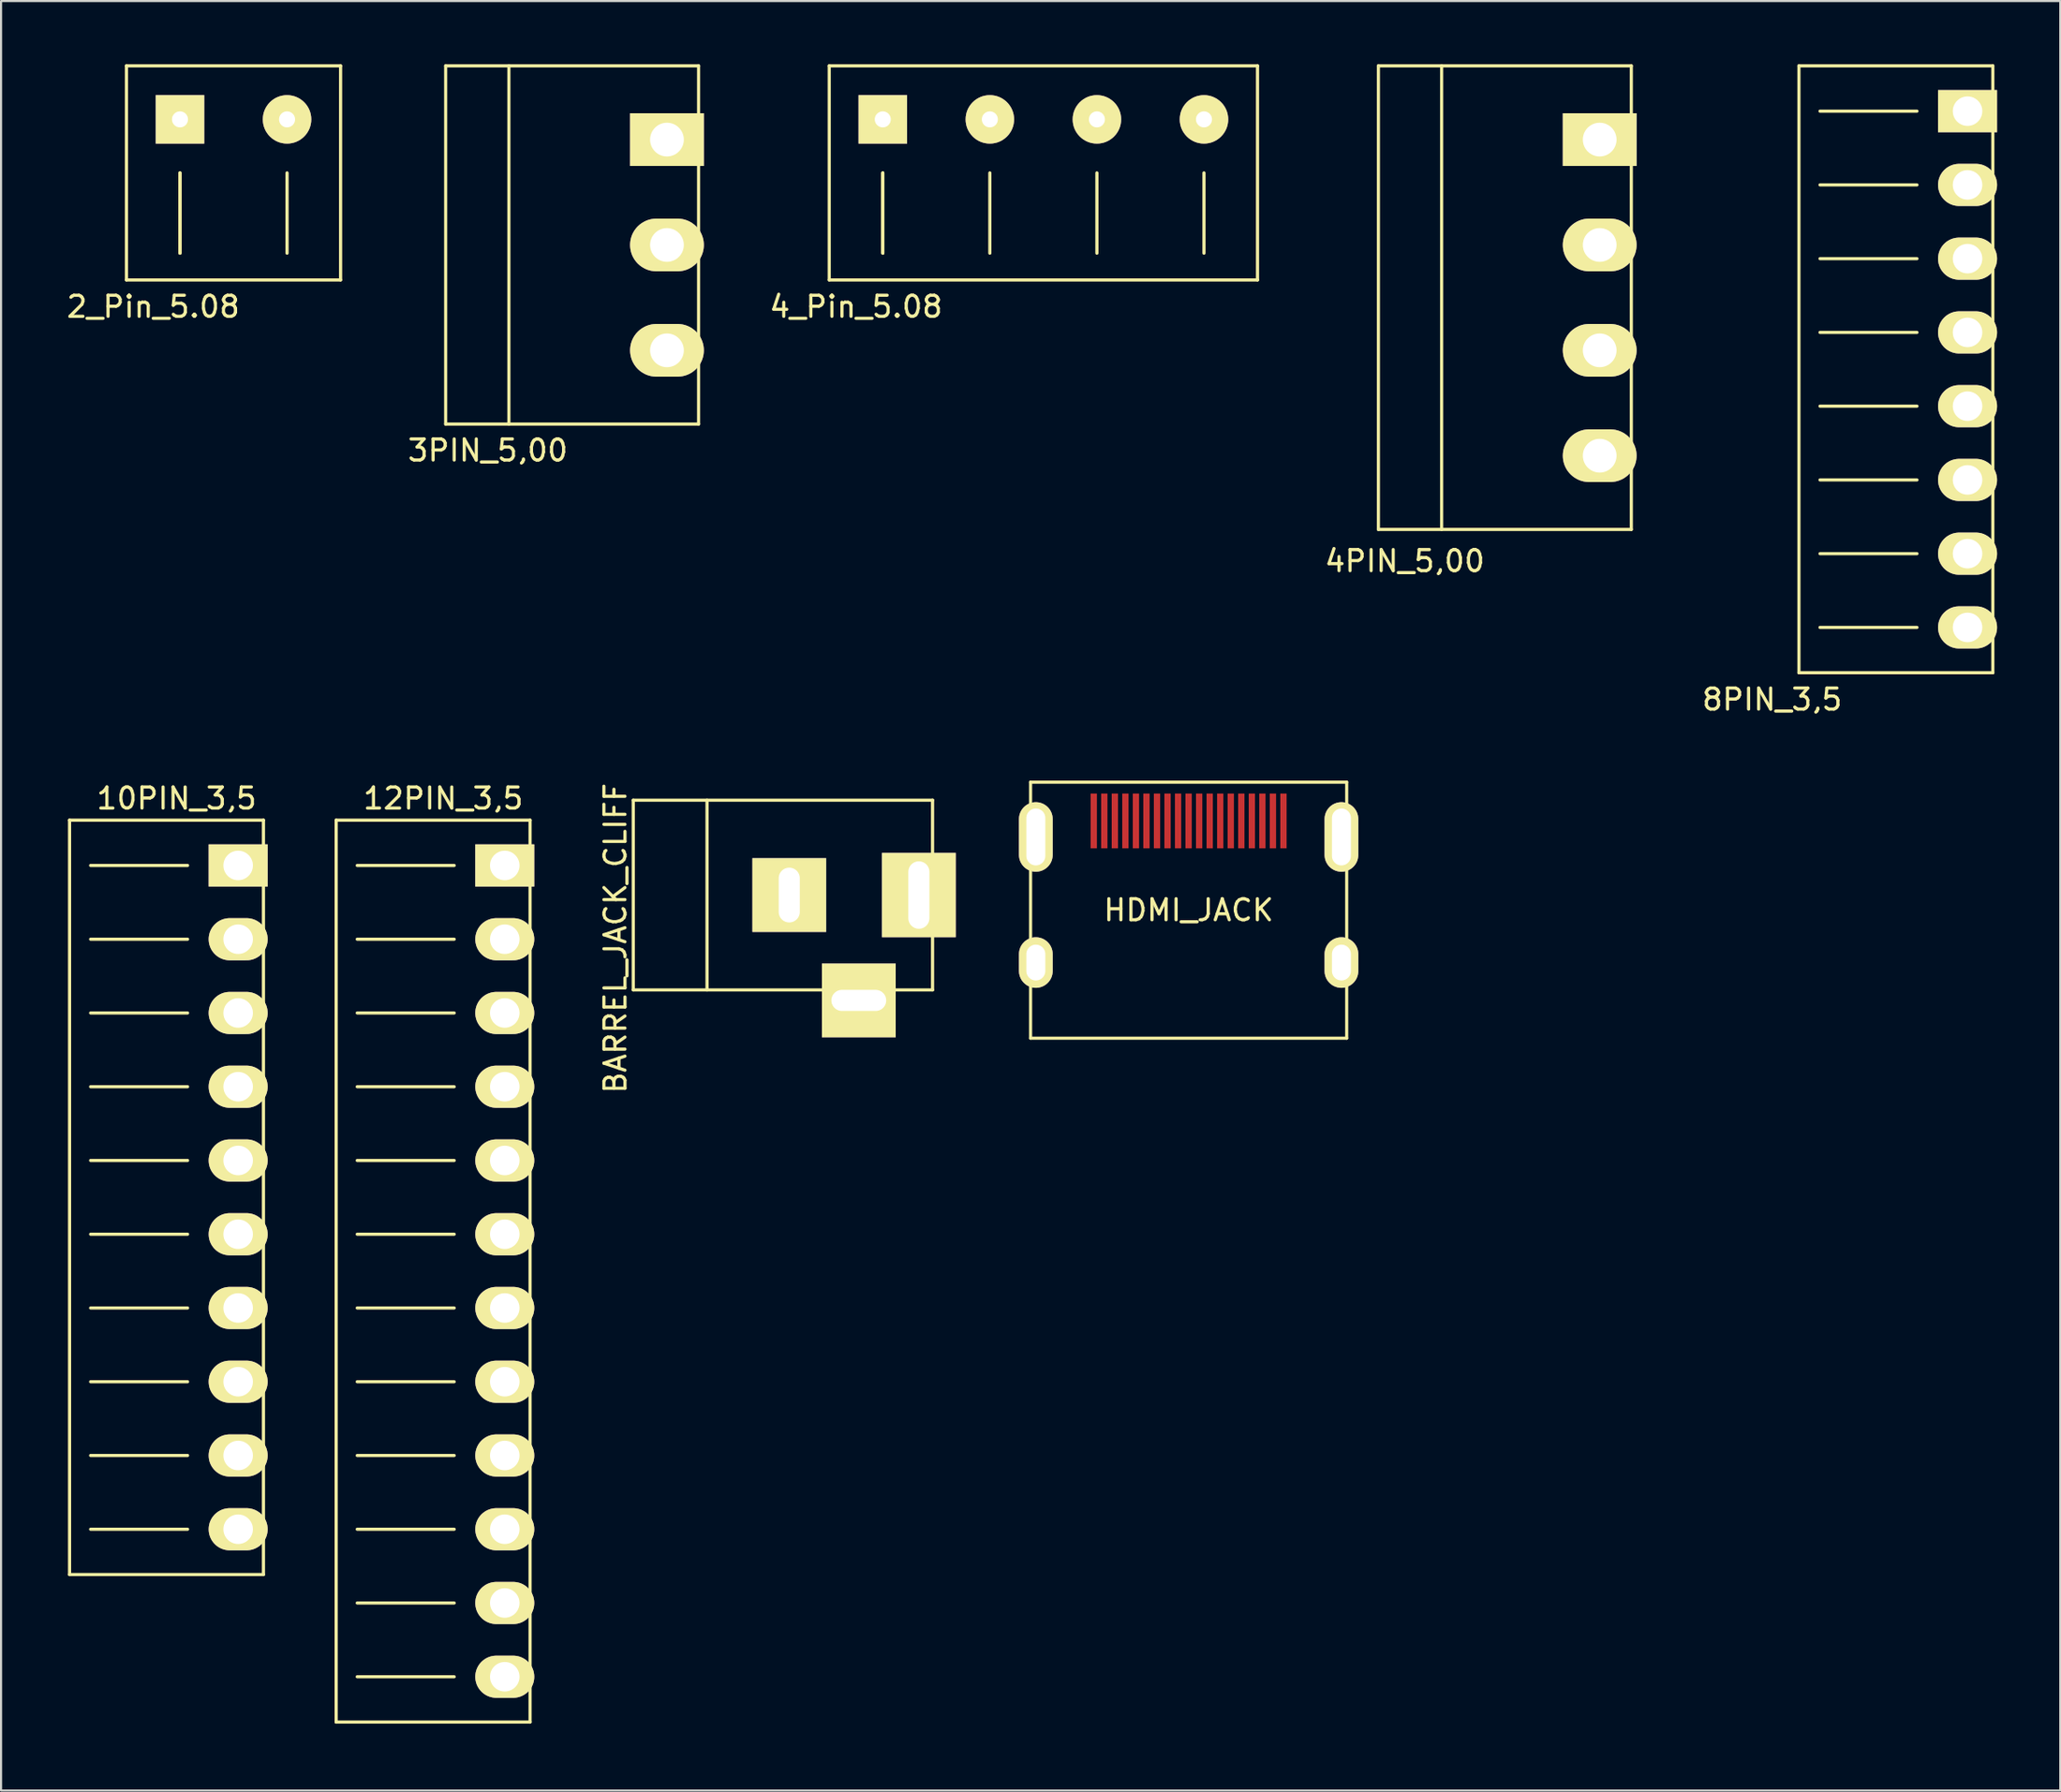
<source format=kicad_pcb>
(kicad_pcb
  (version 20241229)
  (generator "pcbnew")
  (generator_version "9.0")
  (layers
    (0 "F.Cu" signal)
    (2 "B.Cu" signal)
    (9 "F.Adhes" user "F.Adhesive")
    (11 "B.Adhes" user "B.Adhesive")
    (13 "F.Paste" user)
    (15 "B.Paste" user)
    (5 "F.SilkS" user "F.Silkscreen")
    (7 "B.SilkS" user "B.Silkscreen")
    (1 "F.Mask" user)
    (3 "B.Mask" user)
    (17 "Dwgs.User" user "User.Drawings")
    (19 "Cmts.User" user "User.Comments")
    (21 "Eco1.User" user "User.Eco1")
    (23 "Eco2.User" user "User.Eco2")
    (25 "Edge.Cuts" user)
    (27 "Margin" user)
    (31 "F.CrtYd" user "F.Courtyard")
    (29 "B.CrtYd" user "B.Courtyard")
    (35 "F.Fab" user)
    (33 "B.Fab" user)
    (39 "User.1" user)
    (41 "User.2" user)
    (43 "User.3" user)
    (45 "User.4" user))
  (footprint "8PIN_3,5"
    (layer "F.Cu")
    (at 82.306 28.875)
    (property "Reference" "8PIN_3,5" (at -1.27 1.27 0) (layer "F.SilkS") (effects (font (size 1 1) (thickness 0.15))))
    (attr through_hole)
    (fp_line (start 0 -28.8) (end 9.2 -28.8) (stroke (width 0.15) (type solid)) (layer "F.SilkS"))
    (fp_line (start 0 0) (end 0 -28.8) (stroke (width 0.15) (type solid)) (layer "F.SilkS"))
    (fp_line (start 5.6 -26.65) (end 1 -26.65) (stroke (width 0.15) (type solid)) (layer "F.SilkS"))
    (fp_line (start 5.6 -23.15) (end 1 -23.15) (stroke (width 0.15) (type solid)) (layer "F.SilkS"))
    (fp_line (start 5.6 -19.65) (end 1 -19.65) (stroke (width 0.15) (type solid)) (layer "F.SilkS"))
    (fp_line (start 5.6 -16.15) (end 1 -16.15) (stroke (width 0.15) (type solid)) (layer "F.SilkS"))
    (fp_line (start 5.6 -12.65) (end 1 -12.65) (stroke (width 0.15) (type solid)) (layer "F.SilkS"))
    (fp_line (start 5.6 -9.15) (end 1 -9.15) (stroke (width 0.15) (type solid)) (layer "F.SilkS"))
    (fp_line (start 5.6 -5.65) (end 1 -5.65) (stroke (width 0.15) (type solid)) (layer "F.SilkS"))
    (fp_line (start 5.6 -2.15) (end 1 -2.15) (stroke (width 0.15) (type solid)) (layer "F.SilkS"))
    (fp_line (start 9.2 -28.8) (end 9.2 0) (stroke (width 0.15) (type solid)) (layer "F.SilkS"))
    (fp_line (start 9.2 0) (end 0 0) (stroke (width 0.15) (type solid)) (layer "F.SilkS"))
    (pad "1" thru_hole rect (at 8 -26.65) (size 2.8 2) (drill 1.4) (layers "*.Cu" "*.Mask" "F.SilkS"))
    (pad "2" thru_hole oval (at 8 -23.15) (size 2.8 2) (drill 1.4) (layers "*.Cu" "*.Mask" "F.SilkS"))
    (pad "3" thru_hole oval (at 8 -19.65) (size 2.8 2) (drill 1.4) (layers "*.Cu" "*.Mask" "F.SilkS"))
    (pad "4" thru_hole oval (at 8 -16.15) (size 2.8 2) (drill 1.4) (layers "*.Cu" "*.Mask" "F.SilkS"))
    (pad "5" thru_hole oval (at 8 -12.65) (size 2.8 2) (drill 1.4) (layers "*.Cu" "*.Mask" "F.SilkS"))
    (pad "6" thru_hole oval (at 8 -9.15) (size 2.8 2) (drill 1.4) (layers "*.Cu" "*.Mask" "F.SilkS"))
    (pad "7" thru_hole oval (at 8 -5.65) (size 2.8 2) (drill 1.4) (layers "*.Cu" "*.Mask" "F.SilkS"))
    (pad "8" thru_hole oval (at 8 -2.15) (size 2.8 2) (drill 1.4) (layers "*.Cu" "*.Mask" "F.SilkS")))
  (footprint "3PIN_5,00"
    (layer "F.Cu")
    (at 18.096 17.075)
    (property "Reference" "3PIN_5,00" (at 2 1.25 0) (layer "F.SilkS") (effects (font (size 1 1) (thickness 0.15))))
    (attr through_hole)
    (fp_line (start 0 -17) (end 12 -17) (stroke (width 0.15) (type solid)) (layer "F.SilkS"))
    (fp_line (start 0 0) (end 0 -17) (stroke (width 0.15) (type solid)) (layer "F.SilkS"))
    (fp_line (start 3 0) (end 3 -17) (stroke (width 0.15) (type solid)) (layer "F.SilkS"))
    (fp_line (start 12 -17) (end 12 0) (stroke (width 0.15) (type solid)) (layer "F.SilkS"))
    (fp_line (start 12 0) (end 0 0) (stroke (width 0.15) (type solid)) (layer "F.SilkS"))
    (pad "1" thru_hole rect (at 10.5 -13.5) (size 3.5 2.5) (drill 1.6) (layers "*.Cu" "*.Mask" "F.SilkS"))
    (pad "2" thru_hole oval (at 10.5 -8.5) (size 3.5 2.5) (drill 1.6) (layers "*.Cu" "*.Mask" "F.SilkS"))
    (pad "3" thru_hole oval (at 10.5 -3.5) (size 3.5 2.5) (drill 1.6) (layers "*.Cu" "*.Mask" "F.SilkS")))
  (footprint "2_Pin_5.08"
    (layer "F.Cu")
    (at 2.95 10.235)
    (property "Reference" "2_Pin_5.08" (at 1.27 1.27 0) (layer "F.SilkS") (effects (font (size 1 1) (thickness 0.15))))
    (attr through_hole)
    (fp_line (start 0 -10.16) (end 10.16 -10.16) (stroke (width 0.15) (type solid)) (layer "F.SilkS"))
    (fp_line (start 0 0) (end 0 -10.16) (stroke (width 0.15) (type solid)) (layer "F.SilkS"))
    (fp_line (start 2.54 -5.08) (end 2.54 -1.27) (stroke (width 0.15) (type solid)) (layer "F.SilkS"))
    (fp_line (start 2.54 -1.27) (end 2.54 -5.08) (stroke (width 0.15) (type solid)) (layer "F.SilkS"))
    (fp_line (start 7.62 -5.08) (end 7.62 -1.27) (stroke (width 0.15) (type solid)) (layer "F.SilkS"))
    (fp_line (start 10.16 -10.16) (end 10.16 0) (stroke (width 0.15) (type solid)) (layer "F.SilkS"))
    (fp_line (start 10.16 0) (end 0 0) (stroke (width 0.15) (type solid)) (layer "F.SilkS"))
    (pad "1" thru_hole rect (at 2.54 -7.62) (size 2.3 2.3) (drill 0.762) (layers "*.Cu" "*.Mask" "F.SilkS"))
    (pad "2" thru_hole circle (at 7.62 -7.62) (size 2.3 2.3) (drill 0.762) (layers "*.Cu" "*.Mask" "F.SilkS")))
  (footprint "4PIN_5,00"
    (layer "F.Cu")
    (at 62.352 22.075)
    (property "Reference" "4PIN_5,00" (at 1.25 1.5 0) (layer "F.SilkS") (effects (font (size 1 1) (thickness 0.15))))
    (attr through_hole)
    (fp_line (start 0 -22) (end 12 -22) (stroke (width 0.15) (type solid)) (layer "F.SilkS"))
    (fp_line (start 0 0) (end 0 -22) (stroke (width 0.15) (type solid)) (layer "F.SilkS"))
    (fp_line (start 3 0) (end 3 -22) (stroke (width 0.15) (type solid)) (layer "F.SilkS"))
    (fp_line (start 12 -22) (end 12 0) (stroke (width 0.15) (type solid)) (layer "F.SilkS"))
    (fp_line (start 12 0) (end 0 0) (stroke (width 0.15) (type solid)) (layer "F.SilkS"))
    (pad "1" thru_hole rect (at 10.5 -18.5) (size 3.5 2.5) (drill 1.6) (layers "*.Cu" "*.Mask" "F.SilkS"))
    (pad "2" thru_hole oval (at 10.5 -13.5) (size 3.5 2.5) (drill 1.6) (layers "*.Cu" "*.Mask" "F.SilkS"))
    (pad "3" thru_hole oval (at 10.5 -8.5) (size 3.5 2.5) (drill 1.6) (layers "*.Cu" "*.Mask" "F.SilkS"))
    (pad "4" thru_hole oval (at 10.5 -3.5) (size 3.5 2.5) (drill 1.6) (layers "*.Cu" "*.Mask" "F.SilkS")))
  (footprint "BARREL_JACK_CLIFF"
    (layer "F.Cu")
    (at 26.998 43.925)
    (property "Reference" "BARREL_JACK_CLIFF" (at -0.85 -2.45 90) (layer "F.SilkS") (effects (font (size 1 1) (thickness 0.15))))
    (attr through_hole)
    (fp_line (start -0.001 -9.001) (end -0.001 0.001) (stroke (width 0.15) (type solid)) (layer "F.SilkS"))
    (fp_line (start -0.001 0.001) (end 14.2 0.001) (stroke (width 0.15) (type solid)) (layer "F.SilkS"))
    (fp_line (start 3.499 -9.001) (end 3.499 0.001) (stroke (width 0.15) (type solid)) (layer "F.SilkS"))
    (fp_line (start 14.2 -9.001) (end -0.001 -9.001) (stroke (width 0.15) (type solid)) (layer "F.SilkS"))
    (fp_line (start 14.2 0.001) (end 14.2 -9.001) (stroke (width 0.15) (type solid)) (layer "F.SilkS"))
    (pad "1" thru_hole rect (at 13.55 -4.5) (size 3.5 4) (drill oval 1.001 3.2) (layers "*.Cu" "*.Mask" "F.SilkS"))
    (pad "2" thru_hole rect (at 7.4 -4.5) (size 3.5 3.5) (drill oval 1.001 2.6) (layers "*.Cu" "*.Mask" "F.SilkS"))
    (pad "3" thru_hole rect (at 10.7 0.5) (size 3.5 3.5) (drill oval 2.6 1.001) (layers "*.Cu" "*.Mask" "F.SilkS")))
  (footprint "10PIN_3,5"
    (layer "F.Cu")
    (at 0.25 71.671)
    (property "Reference" "10PIN_3,5" (at 5.08 -36.83 0) (layer "F.SilkS") (effects (font (size 1 1) (thickness 0.15))))
    (attr through_hole)
    (fp_line (start 0 -35.8) (end 9.2 -35.8) (stroke (width 0.15) (type solid)) (layer "F.SilkS"))
    (fp_line (start 0 0) (end 0 -35.8) (stroke (width 0.15) (type solid)) (layer "F.SilkS"))
    (fp_line (start 5.6 -33.65) (end 1 -33.65) (stroke (width 0.15) (type solid)) (layer "F.SilkS"))
    (fp_line (start 5.6 -30.15) (end 1 -30.15) (stroke (width 0.15) (type solid)) (layer "F.SilkS"))
    (fp_line (start 5.6 -26.65) (end 1 -26.65) (stroke (width 0.15) (type solid)) (layer "F.SilkS"))
    (fp_line (start 5.6 -23.15) (end 1 -23.15) (stroke (width 0.15) (type solid)) (layer "F.SilkS"))
    (fp_line (start 5.6 -19.65) (end 1 -19.65) (stroke (width 0.15) (type solid)) (layer "F.SilkS"))
    (fp_line (start 5.6 -16.15) (end 1 -16.15) (stroke (width 0.15) (type solid)) (layer "F.SilkS"))
    (fp_line (start 5.6 -12.65) (end 1 -12.65) (stroke (width 0.15) (type solid)) (layer "F.SilkS"))
    (fp_line (start 5.6 -9.15) (end 1 -9.15) (stroke (width 0.15) (type solid)) (layer "F.SilkS"))
    (fp_line (start 5.6 -5.65) (end 1 -5.65) (stroke (width 0.15) (type solid)) (layer "F.SilkS"))
    (fp_line (start 5.6 -2.15) (end 1 -2.15) (stroke (width 0.15) (type solid)) (layer "F.SilkS"))
    (fp_line (start 9.2 -35.8) (end 9.2 0) (stroke (width 0.15) (type solid)) (layer "F.SilkS"))
    (fp_line (start 9.2 0) (end 0 0) (stroke (width 0.15) (type solid)) (layer "F.SilkS"))
    (pad "1" thru_hole rect (at 8 -33.65) (size 2.8 2) (drill 1.4) (layers "*.Cu" "*.Mask" "F.SilkS"))
    (pad "2" thru_hole oval (at 8 -30.15) (size 2.8 2) (drill 1.4) (layers "*.Cu" "*.Mask" "F.SilkS"))
    (pad "3" thru_hole oval (at 8 -26.65) (size 2.8 2) (drill 1.4) (layers "*.Cu" "*.Mask" "F.SilkS"))
    (pad "4" thru_hole oval (at 8 -23.15) (size 2.8 2) (drill 1.4) (layers "*.Cu" "*.Mask" "F.SilkS"))
    (pad "5" thru_hole oval (at 8 -19.65) (size 2.8 2) (drill 1.4) (layers "*.Cu" "*.Mask" "F.SilkS"))
    (pad "6" thru_hole oval (at 8 -16.15) (size 2.8 2) (drill 1.4) (layers "*.Cu" "*.Mask" "F.SilkS"))
    (pad "7" thru_hole oval (at 8 -12.65) (size 2.8 2) (drill 1.4) (layers "*.Cu" "*.Mask" "F.SilkS"))
    (pad "8" thru_hole oval (at 8 -9.15) (size 2.8 2) (drill 1.4) (layers "*.Cu" "*.Mask" "F.SilkS"))
    (pad "9" thru_hole oval (at 8 -5.65) (size 2.8 2) (drill 1.4) (layers "*.Cu" "*.Mask" "F.SilkS"))
    (pad "10" thru_hole oval (at 8 -2.15) (size 2.8 2) (drill 1.4) (layers "*.Cu" "*.Mask" "F.SilkS")))
  (footprint "HDMI_JACK"
    (layer "F.Cu")
    (at 53.348 40.143)
    (property "Reference" "HDMI_JACK" (at 0 0 0) (layer "F.SilkS") (effects (font (size 1 1) (thickness 0.15))))
    (attr through_hole)
    (fp_line (start -7.5 -6.075) (end -7.5 6.075) (stroke (width 0.15) (type solid)) (layer "F.SilkS"))
    (fp_line (start -7.5 6.075) (end 7.5 6.075) (stroke (width 0.15) (type solid)) (layer "F.SilkS"))
    (fp_line (start 7.5 -6.075) (end -7.5 -6.075) (stroke (width 0.15) (type solid)) (layer "F.SilkS"))
    (fp_line (start 7.5 6.075) (end 7.5 -6.075) (stroke (width 0.15) (type solid)) (layer "F.SilkS"))
    (pad "1" smd rect (at 4.5 -4.235) (size 0.3 2.6) (layers "F.Cu" "F.Mask" "F.Paste"))
    (pad "2" smd rect (at 4 -4.235) (size 0.3 2.6) (layers "F.Cu" "F.Mask" "F.Paste"))
    (pad "3" smd rect (at 3.5 -4.235) (size 0.3 2.6) (layers "F.Cu" "F.Mask" "F.Paste"))
    (pad "4" smd rect (at 3 -4.235) (size 0.3 2.6) (layers "F.Cu" "F.Mask" "F.Paste"))
    (pad "5" smd rect (at 2.5 -4.235) (size 0.3 2.6) (layers "F.Cu" "F.Mask" "F.Paste"))
    (pad "6" smd rect (at 2 -4.235) (size 0.3 2.6) (layers "F.Cu" "F.Mask" "F.Paste"))
    (pad "7" smd rect (at 1.5 -4.235) (size 0.3 2.6) (layers "F.Cu" "F.Mask" "F.Paste"))
    (pad "8" smd rect (at 1 -4.235) (size 0.3 2.6) (layers "F.Cu" "F.Mask" "F.Paste"))
    (pad "9" smd rect (at 0.5 -4.235) (size 0.3 2.6) (layers "F.Cu" "F.Mask" "F.Paste"))
    (pad "10" smd rect (at 0 -4.235) (size 0.3 2.6) (layers "F.Cu" "F.Mask" "F.Paste"))
    (pad "11" smd rect (at -0.5 -4.235) (size 0.3 2.6) (layers "F.Cu" "F.Mask" "F.Paste"))
    (pad "12" smd rect (at -1 -4.235) (size 0.3 2.6) (layers "F.Cu" "F.Mask" "F.Paste"))
    (pad "13" smd rect (at -1.5 -4.235) (size 0.3 2.6) (layers "F.Cu" "F.Mask" "F.Paste"))
    (pad "14" smd rect (at -2 -4.235) (size 0.3 2.6) (layers "F.Cu" "F.Mask" "F.Paste"))
    (pad "15" smd rect (at -2.5 -4.235) (size 0.3 2.6) (layers "F.Cu" "F.Mask" "F.Paste"))
    (pad "16" smd rect (at -3 -4.235) (size 0.3 2.6) (layers "F.Cu" "F.Mask" "F.Paste"))
    (pad "17" smd rect (at -3.5 -4.235) (size 0.3 2.6) (layers "F.Cu" "F.Mask" "F.Paste"))
    (pad "18" smd rect (at -4 -4.235) (size 0.3 2.6) (layers "F.Cu" "F.Mask" "F.Paste"))
    (pad "19" smd rect (at -4.5 -4.235) (size 0.3 2.6) (layers "F.Cu" "F.Mask" "F.Paste"))
    (pad "20" thru_hole oval (at 7.25 -3.475) (size 1.6 3.3) (drill oval 0.9 2.7) (layers "*.Cu" "*.Mask" "F.SilkS"))
    (pad "21" thru_hole oval (at 7.25 2.485) (size 1.6 2.4) (drill oval 0.9 1.7) (layers "*.Cu" "*.Mask" "F.SilkS"))
    (pad "22" thru_hole oval (at -7.25 2.485) (size 1.6 2.4) (drill oval 0.9 1.7) (layers "*.Cu" "*.Mask" "F.SilkS"))
    (pad "23" thru_hole oval (at -7.25 -3.475) (size 1.6 3.3) (drill oval 0.9 2.7) (layers "*.Cu" "*.Mask" "F.SilkS")))
  (footprint "12PIN_3,5"
    (layer "F.Cu")
    (at 12.9 78.671)
    (property "Reference" "12PIN_3,5" (at 5.08 -43.83 0) (layer "F.SilkS") (effects (font (size 1 1) (thickness 0.15))))
    (attr through_hole)
    (fp_line (start 0 -42.8) (end 9.2 -42.8) (stroke (width 0.15) (type solid)) (layer "F.SilkS"))
    (fp_line (start 0 0) (end 0 -42.8) (stroke (width 0.15) (type solid)) (layer "F.SilkS"))
    (fp_line (start 5.6 -40.65) (end 1 -40.65) (stroke (width 0.15) (type solid)) (layer "F.SilkS"))
    (fp_line (start 5.6 -37.15) (end 1 -37.15) (stroke (width 0.15) (type solid)) (layer "F.SilkS"))
    (fp_line (start 5.6 -33.65) (end 1 -33.65) (stroke (width 0.15) (type solid)) (layer "F.SilkS"))
    (fp_line (start 5.6 -30.15) (end 1 -30.15) (stroke (width 0.15) (type solid)) (layer "F.SilkS"))
    (fp_line (start 5.6 -26.65) (end 1 -26.65) (stroke (width 0.15) (type solid)) (layer "F.SilkS"))
    (fp_line (start 5.6 -23.15) (end 1 -23.15) (stroke (width 0.15) (type solid)) (layer "F.SilkS"))
    (fp_line (start 5.6 -19.65) (end 1 -19.65) (stroke (width 0.15) (type solid)) (layer "F.SilkS"))
    (fp_line (start 5.6 -16.15) (end 1 -16.15) (stroke (width 0.15) (type solid)) (layer "F.SilkS"))
    (fp_line (start 5.6 -12.65) (end 1 -12.65) (stroke (width 0.15) (type solid)) (layer "F.SilkS"))
    (fp_line (start 5.6 -9.15) (end 1 -9.15) (stroke (width 0.15) (type solid)) (layer "F.SilkS"))
    (fp_line (start 5.6 -5.65) (end 1 -5.65) (stroke (width 0.15) (type solid)) (layer "F.SilkS"))
    (fp_line (start 5.6 -2.15) (end 1 -2.15) (stroke (width 0.15) (type solid)) (layer "F.SilkS"))
    (fp_line (start 9.2 -42.8) (end 9.2 0) (stroke (width 0.15) (type solid)) (layer "F.SilkS"))
    (fp_line (start 9.2 0) (end 0 0) (stroke (width 0.15) (type solid)) (layer "F.SilkS"))
    (pad "1" thru_hole rect (at 8 -40.65) (size 2.8 2) (drill 1.4) (layers "*.Cu" "*.Mask" "F.SilkS"))
    (pad "2" thru_hole oval (at 8 -37.15) (size 2.8 2) (drill 1.4) (layers "*.Cu" "*.Mask" "F.SilkS"))
    (pad "3" thru_hole oval (at 8 -33.65) (size 2.8 2) (drill 1.4) (layers "*.Cu" "*.Mask" "F.SilkS"))
    (pad "4" thru_hole oval (at 8 -30.15) (size 2.8 2) (drill 1.4) (layers "*.Cu" "*.Mask" "F.SilkS"))
    (pad "5" thru_hole oval (at 8 -26.65) (size 2.8 2) (drill 1.4) (layers "*.Cu" "*.Mask" "F.SilkS"))
    (pad "6" thru_hole oval (at 8 -23.15) (size 2.8 2) (drill 1.4) (layers "*.Cu" "*.Mask" "F.SilkS"))
    (pad "7" thru_hole oval (at 8 -19.65) (size 2.8 2) (drill 1.4) (layers "*.Cu" "*.Mask" "F.SilkS"))
    (pad "8" thru_hole oval (at 8 -16.15) (size 2.8 2) (drill 1.4) (layers "*.Cu" "*.Mask" "F.SilkS"))
    (pad "9" thru_hole oval (at 8 -12.65) (size 2.8 2) (drill 1.4) (layers "*.Cu" "*.Mask" "F.SilkS"))
    (pad "10" thru_hole oval (at 8 -9.15) (size 2.8 2) (drill 1.4) (layers "*.Cu" "*.Mask" "F.SilkS"))
    (pad "11" thru_hole oval (at 8 -5.65) (size 2.8 2) (drill 1.4) (layers "*.Cu" "*.Mask" "F.SilkS"))
    (pad "12" thru_hole oval (at 8 -2.15) (size 2.8 2) (drill 1.4) (layers "*.Cu" "*.Mask" "F.SilkS")))
  (footprint "4_Pin_5.08"
    (layer "F.Cu")
    (at 36.296 10.235)
    (property "Reference" "4_Pin_5.08" (at 1.27 1.27 0) (layer "F.SilkS") (effects (font (size 1 1) (thickness 0.15))))
    (attr through_hole)
    (fp_line (start 0 -10.16) (end 20.32 -10.16) (stroke (width 0.15) (type solid)) (layer "F.SilkS"))
    (fp_line (start 0 0) (end 0 -10.16) (stroke (width 0.15) (type solid)) (layer "F.SilkS"))
    (fp_line (start 2.54 -5.08) (end 2.54 -1.27) (stroke (width 0.15) (type solid)) (layer "F.SilkS"))
    (fp_line (start 2.54 -1.27) (end 2.54 -5.08) (stroke (width 0.15) (type solid)) (layer "F.SilkS"))
    (fp_line (start 7.62 -5.08) (end 7.62 -1.27) (stroke (width 0.15) (type solid)) (layer "F.SilkS"))
    (fp_line (start 12.7 -5.08) (end 12.7 -1.27) (stroke (width 0.15) (type solid)) (layer "F.SilkS"))
    (fp_line (start 17.78 -5.08) (end 17.78 -1.27) (stroke (width 0.15) (type solid)) (layer "F.SilkS"))
    (fp_line (start 20.32 -10.16) (end 20.32 0) (stroke (width 0.15) (type solid)) (layer "F.SilkS"))
    (fp_line (start 20.32 0) (end 0 0) (stroke (width 0.15) (type solid)) (layer "F.SilkS"))
    (pad "1" thru_hole rect (at 2.54 -7.62) (size 2.3 2.3) (drill 0.762) (layers "*.Cu" "*.Mask" "F.SilkS"))
    (pad "2" thru_hole circle (at 7.62 -7.62) (size 2.3 2.3) (drill 0.762) (layers "*.Cu" "*.Mask" "F.SilkS"))
    (pad "3" thru_hole circle (at 12.7 -7.62) (size 2.3 2.3) (drill 0.762) (layers "*.Cu" "*.Mask" "F.SilkS"))
    (pad "4" thru_hole circle (at 17.78 -7.62) (size 2.3 2.3) (drill 0.762) (layers "*.Cu" "*.Mask" "F.SilkS")))
  (gr_rect
    (start -3 -3)
    (end 94.706 81.921)
    (stroke (width 0.1) (type default))
    (fill no)
    (layer "Edge.Cuts")))
</source>
